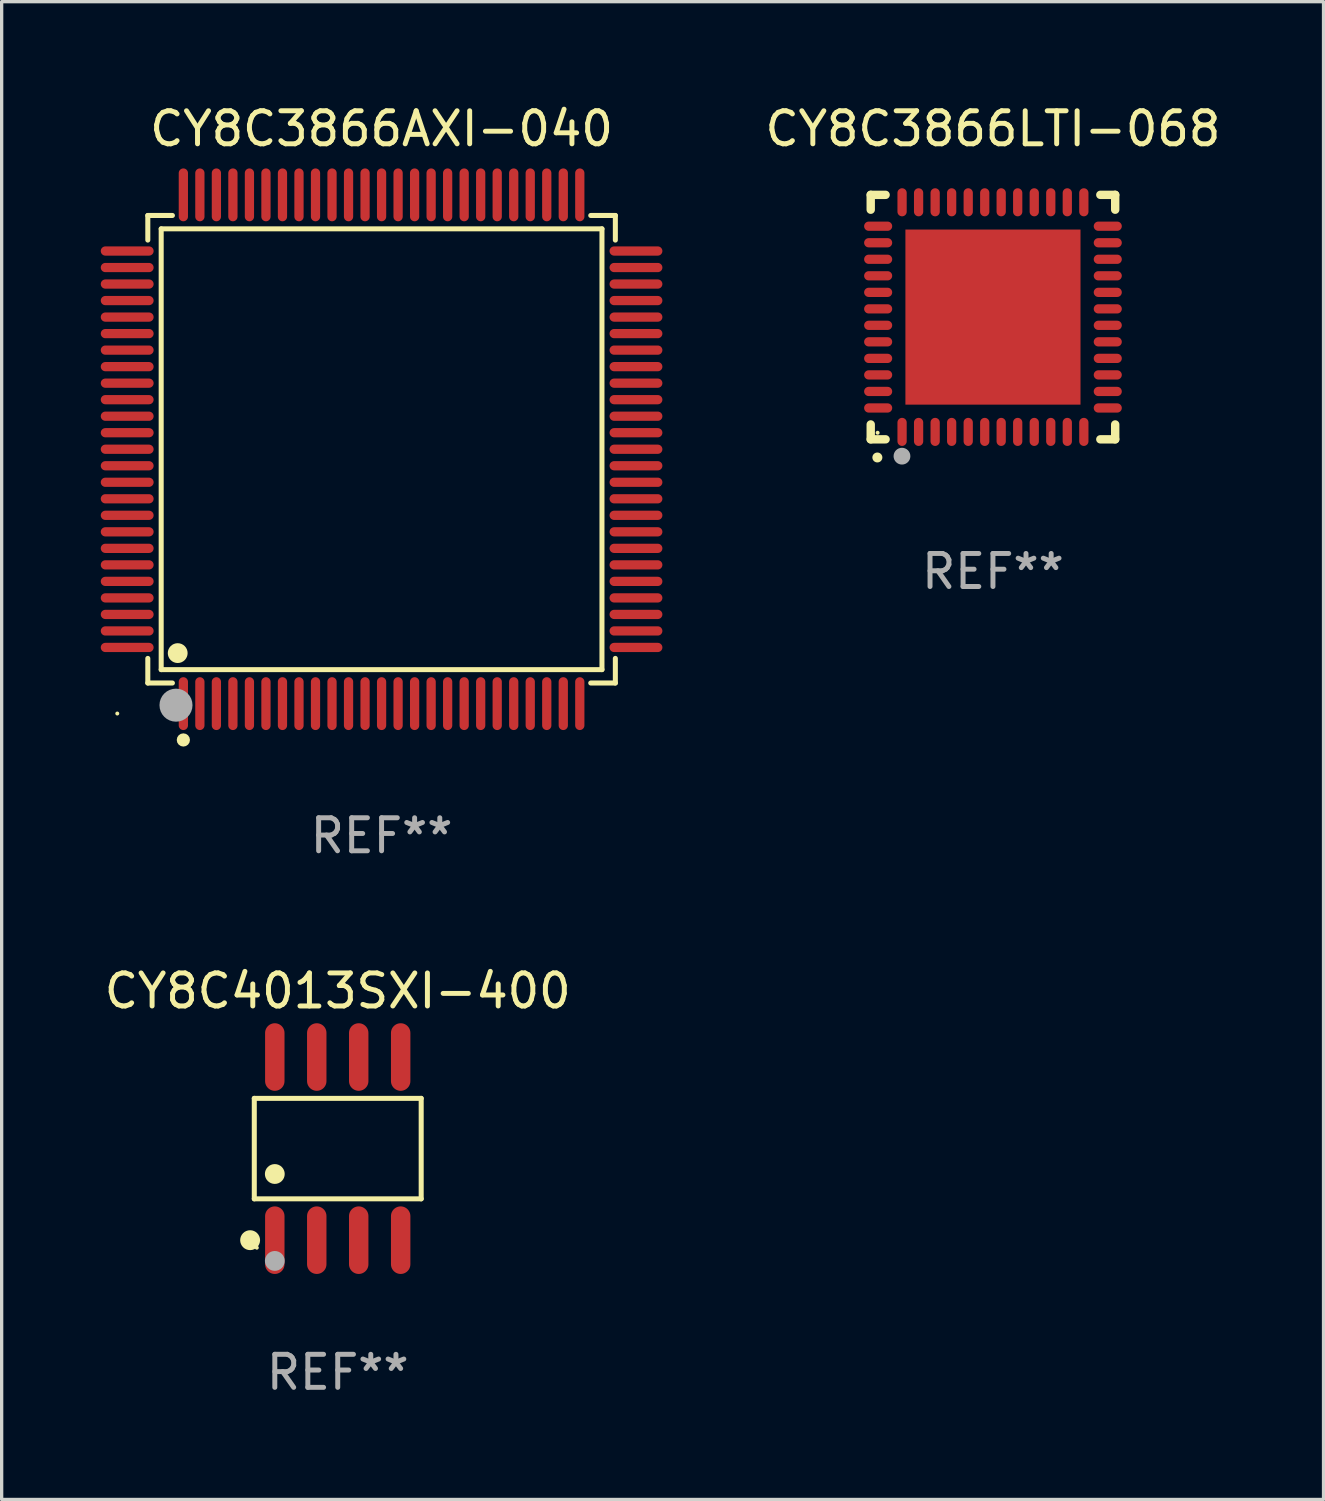
<source format=kicad_pcb>
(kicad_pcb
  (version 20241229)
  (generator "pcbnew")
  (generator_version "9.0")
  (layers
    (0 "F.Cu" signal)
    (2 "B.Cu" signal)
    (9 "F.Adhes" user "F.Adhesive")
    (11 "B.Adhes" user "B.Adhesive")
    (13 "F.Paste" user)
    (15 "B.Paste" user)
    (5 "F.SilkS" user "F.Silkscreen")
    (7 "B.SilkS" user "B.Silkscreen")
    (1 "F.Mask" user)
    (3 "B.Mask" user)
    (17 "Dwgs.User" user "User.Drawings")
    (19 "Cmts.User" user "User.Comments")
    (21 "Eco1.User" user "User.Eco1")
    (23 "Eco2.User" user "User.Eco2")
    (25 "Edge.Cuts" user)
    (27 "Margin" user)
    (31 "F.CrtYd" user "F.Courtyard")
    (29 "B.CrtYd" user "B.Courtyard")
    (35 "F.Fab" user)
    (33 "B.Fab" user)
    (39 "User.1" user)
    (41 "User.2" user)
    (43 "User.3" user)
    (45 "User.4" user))
  (footprint "CY8C4013SXI-400"
    (layer "F.Cu")
    (at 7.173 31.717)
    (property "Reference" "CY8C4013SXI-400" (at 0 -4.772 0) (layer "F.SilkS") (effects (font (size 1 1) (thickness 0.15))))
    (attr through_hole)
    (fp_line (start -2.526 -1.521) (end 2.526 -1.521) (stroke (width 0.152) (type solid)) (layer "F.SilkS"))
    (fp_line (start -2.526 1.521) (end -2.526 -1.521) (stroke (width 0.152) (type solid)) (layer "F.SilkS"))
    (fp_line (start 2.526 -1.521) (end 2.526 1.521) (stroke (width 0.152) (type solid)) (layer "F.SilkS"))
    (fp_line (start 2.526 1.521) (end -2.526 1.521) (stroke (width 0.152) (type solid)) (layer "F.SilkS"))
    (fp_circle (center -2.652 2.772) (end -2.501 2.772) (stroke (width 0.3) (type solid)) (fill no) (layer "F.SilkS"))
    (fp_circle (center -2.45 3) (end -2.42 3) (stroke (width 0.06) (type solid)) (fill no) (layer "F.SilkS"))
    (fp_circle (center -1.905 0.769) (end -1.755 0.769) (stroke (width 0.3) (type solid)) (fill no) (layer "F.SilkS"))
    (fp_circle (center -1.905 3.4) (end -1.755 3.4) (stroke (width 0.3) (type solid)) (fill no) (layer "F.Fab"))
    (fp_text user "REF**" (at 0 6.772 0) (layer "F.Fab") (effects (font (size 1 1) (thickness 0.15))))
    (pad "1" smd oval (at -1.905 2.772) (size 0.588 2.045) (layers "F.Cu" "F.Mask" "F.Paste"))
    (pad "2" smd oval (at -0.635 2.772) (size 0.588 2.045) (layers "F.Cu" "F.Mask" "F.Paste"))
    (pad "3" smd oval (at 0.635 2.772) (size 0.588 2.045) (layers "F.Cu" "F.Mask" "F.Paste"))
    (pad "4" smd oval (at 1.905 2.772) (size 0.588 2.045) (layers "F.Cu" "F.Mask" "F.Paste"))
    (pad "5" smd oval (at 1.905 -2.772) (size 0.588 2.045) (layers "F.Cu" "F.Mask" "F.Paste"))
    (pad "6" smd oval (at 0.635 -2.772) (size 0.588 2.045) (layers "F.Cu" "F.Mask" "F.Paste"))
    (pad "7" smd oval (at -0.635 -2.772) (size 0.588 2.045) (layers "F.Cu" "F.Mask" "F.Paste"))
    (pad "8" smd oval (at -1.905 -2.772) (size 0.588 2.045) (layers "F.Cu" "F.Mask" "F.Paste")))
  (footprint "CY8C3866AXI-040"
    (layer "F.Cu")
    (at 8.5 10.548)
    (property "Reference" "CY8C3866AXI-040" (at 0 -9.7 0) (layer "F.SilkS") (effects (font (size 1 1) (thickness 0.15))))
    (attr through_hole)
    (fp_line (start -7.076 -7.076) (end -6.331 -7.076) (stroke (width 0.152) (type solid)) (layer "F.SilkS"))
    (fp_line (start -7.076 -6.331) (end -7.076 -7.076) (stroke (width 0.152) (type solid)) (layer "F.SilkS"))
    (fp_line (start -7.076 6.331) (end -7.076 7.076) (stroke (width 0.152) (type solid)) (layer "F.SilkS"))
    (fp_line (start -7.076 7.076) (end -6.331 7.076) (stroke (width 0.152) (type solid)) (layer "F.SilkS"))
    (fp_line (start -6.671 -6.671) (end 6.671 -6.671) (stroke (width 0.152) (type solid)) (layer "F.SilkS"))
    (fp_line (start -6.671 6.671) (end -6.671 -6.671) (stroke (width 0.152) (type solid)) (layer "F.SilkS"))
    (fp_line (start 6.671 -6.671) (end 6.671 6.671) (stroke (width 0.152) (type solid)) (layer "F.SilkS"))
    (fp_line (start 6.671 6.671) (end -6.671 6.671) (stroke (width 0.152) (type solid)) (layer "F.SilkS"))
    (fp_line (start 7.076 -7.076) (end 6.331 -7.076) (stroke (width 0.152) (type solid)) (layer "F.SilkS"))
    (fp_line (start 7.076 -6.331) (end 7.076 -7.076) (stroke (width 0.152) (type solid)) (layer "F.SilkS"))
    (fp_line (start 7.076 6.331) (end 7.076 7.076) (stroke (width 0.152) (type solid)) (layer "F.SilkS"))
    (fp_line (start 7.076 7.076) (end 6.331 7.076) (stroke (width 0.152) (type solid)) (layer "F.SilkS"))
    (fp_circle (center -8 8) (end -7.97 8) (stroke (width 0.06) (type solid)) (fill no) (layer "F.SilkS"))
    (fp_circle (center -6.171 6.171) (end -6.021 6.171) (stroke (width 0.3) (type solid)) (fill no) (layer "F.SilkS"))
    (fp_circle (center -6 8.8) (end -5.9 8.8) (stroke (width 0.2) (type solid)) (fill no) (layer "F.SilkS"))
    (fp_circle (center -6.223 7.747) (end -5.973 7.747) (stroke (width 0.5) (type solid)) (fill no) (layer "F.Fab"))
    (fp_text user "REF**" (at 0 11.7 0) (layer "F.Fab") (effects (font (size 1 1) (thickness 0.15))))
    (pad "1" smd oval (at -6 7.7) (size 0.28 1.6) (layers "F.Cu" "F.Mask" "F.Paste"))
    (pad "2" smd oval (at -5.5 7.7) (size 0.28 1.6) (layers "F.Cu" "F.Mask" "F.Paste"))
    (pad "3" smd oval (at -5 7.7) (size 0.28 1.6) (layers "F.Cu" "F.Mask" "F.Paste"))
    (pad "4" smd oval (at -4.5 7.7) (size 0.28 1.6) (layers "F.Cu" "F.Mask" "F.Paste"))
    (pad "5" smd oval (at -4 7.7) (size 0.28 1.6) (layers "F.Cu" "F.Mask" "F.Paste"))
    (pad "6" smd oval (at -3.5 7.7) (size 0.28 1.6) (layers "F.Cu" "F.Mask" "F.Paste"))
    (pad "7" smd oval (at -3 7.7) (size 0.28 1.6) (layers "F.Cu" "F.Mask" "F.Paste"))
    (pad "8" smd oval (at -2.5 7.7) (size 0.28 1.6) (layers "F.Cu" "F.Mask" "F.Paste"))
    (pad "9" smd oval (at -2 7.7) (size 0.28 1.6) (layers "F.Cu" "F.Mask" "F.Paste"))
    (pad "10" smd oval (at -1.5 7.7) (size 0.28 1.6) (layers "F.Cu" "F.Mask" "F.Paste"))
    (pad "11" smd oval (at -1 7.7) (size 0.28 1.6) (layers "F.Cu" "F.Mask" "F.Paste"))
    (pad "12" smd oval (at -0.5 7.7) (size 0.28 1.6) (layers "F.Cu" "F.Mask" "F.Paste"))
    (pad "13" smd oval (at 0 7.7) (size 0.28 1.6) (layers "F.Cu" "F.Mask" "F.Paste"))
    (pad "14" smd oval (at 0.5 7.7) (size 0.28 1.6) (layers "F.Cu" "F.Mask" "F.Paste"))
    (pad "15" smd oval (at 1 7.7) (size 0.28 1.6) (layers "F.Cu" "F.Mask" "F.Paste"))
    (pad "16" smd oval (at 1.5 7.7) (size 0.28 1.6) (layers "F.Cu" "F.Mask" "F.Paste"))
    (pad "17" smd oval (at 2 7.7) (size 0.28 1.6) (layers "F.Cu" "F.Mask" "F.Paste"))
    (pad "18" smd oval (at 2.5 7.7) (size 0.28 1.6) (layers "F.Cu" "F.Mask" "F.Paste"))
    (pad "19" smd oval (at 3 7.7) (size 0.28 1.6) (layers "F.Cu" "F.Mask" "F.Paste"))
    (pad "20" smd oval (at 3.5 7.7) (size 0.28 1.6) (layers "F.Cu" "F.Mask" "F.Paste"))
    (pad "21" smd oval (at 4 7.7) (size 0.28 1.6) (layers "F.Cu" "F.Mask" "F.Paste"))
    (pad "22" smd oval (at 4.5 7.7) (size 0.28 1.6) (layers "F.Cu" "F.Mask" "F.Paste"))
    (pad "23" smd oval (at 5 7.7) (size 0.28 1.6) (layers "F.Cu" "F.Mask" "F.Paste"))
    (pad "24" smd oval (at 5.5 7.7) (size 0.28 1.6) (layers "F.Cu" "F.Mask" "F.Paste"))
    (pad "25" smd oval (at 6 7.7) (size 0.28 1.6) (layers "F.Cu" "F.Mask" "F.Paste"))
    (pad "26" smd oval (at 7.7 6) (size 1.6 0.28) (layers "F.Cu" "F.Mask" "F.Paste"))
    (pad "27" smd oval (at 7.7 5.5) (size 1.6 0.28) (layers "F.Cu" "F.Mask" "F.Paste"))
    (pad "28" smd oval (at 7.7 5) (size 1.6 0.28) (layers "F.Cu" "F.Mask" "F.Paste"))
    (pad "29" smd oval (at 7.7 4.5) (size 1.6 0.28) (layers "F.Cu" "F.Mask" "F.Paste"))
    (pad "30" smd oval (at 7.7 4) (size 1.6 0.28) (layers "F.Cu" "F.Mask" "F.Paste"))
    (pad "31" smd oval (at 7.7 3.5) (size 1.6 0.28) (layers "F.Cu" "F.Mask" "F.Paste"))
    (pad "32" smd oval (at 7.7 3) (size 1.6 0.28) (layers "F.Cu" "F.Mask" "F.Paste"))
    (pad "33" smd oval (at 7.7 2.5) (size 1.6 0.28) (layers "F.Cu" "F.Mask" "F.Paste"))
    (pad "34" smd oval (at 7.7 2) (size 1.6 0.28) (layers "F.Cu" "F.Mask" "F.Paste"))
    (pad "35" smd oval (at 7.7 1.5) (size 1.6 0.28) (layers "F.Cu" "F.Mask" "F.Paste"))
    (pad "36" smd oval (at 7.7 1) (size 1.6 0.28) (layers "F.Cu" "F.Mask" "F.Paste"))
    (pad "37" smd oval (at 7.7 0.5) (size 1.6 0.28) (layers "F.Cu" "F.Mask" "F.Paste"))
    (pad "38" smd oval (at 7.7 0) (size 1.6 0.28) (layers "F.Cu" "F.Mask" "F.Paste"))
    (pad "39" smd oval (at 7.7 -0.5) (size 1.6 0.28) (layers "F.Cu" "F.Mask" "F.Paste"))
    (pad "40" smd oval (at 7.7 -1) (size 1.6 0.28) (layers "F.Cu" "F.Mask" "F.Paste"))
    (pad "41" smd oval (at 7.7 -1.5) (size 1.6 0.28) (layers "F.Cu" "F.Mask" "F.Paste"))
    (pad "42" smd oval (at 7.7 -2) (size 1.6 0.28) (layers "F.Cu" "F.Mask" "F.Paste"))
    (pad "43" smd oval (at 7.7 -2.5) (size 1.6 0.28) (layers "F.Cu" "F.Mask" "F.Paste"))
    (pad "44" smd oval (at 7.7 -3) (size 1.6 0.28) (layers "F.Cu" "F.Mask" "F.Paste"))
    (pad "45" smd oval (at 7.7 -3.5) (size 1.6 0.28) (layers "F.Cu" "F.Mask" "F.Paste"))
    (pad "46" smd oval (at 7.7 -4) (size 1.6 0.28) (layers "F.Cu" "F.Mask" "F.Paste"))
    (pad "47" smd oval (at 7.7 -4.5) (size 1.6 0.28) (layers "F.Cu" "F.Mask" "F.Paste"))
    (pad "48" smd oval (at 7.7 -5) (size 1.6 0.28) (layers "F.Cu" "F.Mask" "F.Paste"))
    (pad "49" smd oval (at 7.7 -5.5) (size 1.6 0.28) (layers "F.Cu" "F.Mask" "F.Paste"))
    (pad "50" smd oval (at 7.7 -6) (size 1.6 0.28) (layers "F.Cu" "F.Mask" "F.Paste"))
    (pad "51" smd oval (at 6 -7.7) (size 0.28 1.6) (layers "F.Cu" "F.Mask" "F.Paste"))
    (pad "52" smd oval (at 5.5 -7.7) (size 0.28 1.6) (layers "F.Cu" "F.Mask" "F.Paste"))
    (pad "53" smd oval (at 5 -7.7) (size 0.28 1.6) (layers "F.Cu" "F.Mask" "F.Paste"))
    (pad "54" smd oval (at 4.5 -7.7) (size 0.28 1.6) (layers "F.Cu" "F.Mask" "F.Paste"))
    (pad "55" smd oval (at 4 -7.7) (size 0.28 1.6) (layers "F.Cu" "F.Mask" "F.Paste"))
    (pad "56" smd oval (at 3.5 -7.7) (size 0.28 1.6) (layers "F.Cu" "F.Mask" "F.Paste"))
    (pad "57" smd oval (at 3 -7.7) (size 0.28 1.6) (layers "F.Cu" "F.Mask" "F.Paste"))
    (pad "58" smd oval (at 2.5 -7.7) (size 0.28 1.6) (layers "F.Cu" "F.Mask" "F.Paste"))
    (pad "59" smd oval (at 2 -7.7) (size 0.28 1.6) (layers "F.Cu" "F.Mask" "F.Paste"))
    (pad "60" smd oval (at 1.5 -7.7) (size 0.28 1.6) (layers "F.Cu" "F.Mask" "F.Paste"))
    (pad "61" smd oval (at 1 -7.7) (size 0.28 1.6) (layers "F.Cu" "F.Mask" "F.Paste"))
    (pad "62" smd oval (at 0.5 -7.7) (size 0.28 1.6) (layers "F.Cu" "F.Mask" "F.Paste"))
    (pad "63" smd oval (at 0 -7.7) (size 0.28 1.6) (layers "F.Cu" "F.Mask" "F.Paste"))
    (pad "64" smd oval (at -0.5 -7.7) (size 0.28 1.6) (layers "F.Cu" "F.Mask" "F.Paste"))
    (pad "65" smd oval (at -1 -7.7) (size 0.28 1.6) (layers "F.Cu" "F.Mask" "F.Paste"))
    (pad "66" smd oval (at -1.5 -7.7) (size 0.28 1.6) (layers "F.Cu" "F.Mask" "F.Paste"))
    (pad "67" smd oval (at -2 -7.7) (size 0.28 1.6) (layers "F.Cu" "F.Mask" "F.Paste"))
    (pad "68" smd oval (at -2.5 -7.7) (size 0.28 1.6) (layers "F.Cu" "F.Mask" "F.Paste"))
    (pad "69" smd oval (at -3 -7.7) (size 0.28 1.6) (layers "F.Cu" "F.Mask" "F.Paste"))
    (pad "70" smd oval (at -3.5 -7.7) (size 0.28 1.6) (layers "F.Cu" "F.Mask" "F.Paste"))
    (pad "71" smd oval (at -4 -7.7) (size 0.28 1.6) (layers "F.Cu" "F.Mask" "F.Paste"))
    (pad "72" smd oval (at -4.5 -7.7) (size 0.28 1.6) (layers "F.Cu" "F.Mask" "F.Paste"))
    (pad "73" smd oval (at -5 -7.7) (size 0.28 1.6) (layers "F.Cu" "F.Mask" "F.Paste"))
    (pad "74" smd oval (at -5.5 -7.7) (size 0.28 1.6) (layers "F.Cu" "F.Mask" "F.Paste"))
    (pad "75" smd oval (at -6 -7.7) (size 0.28 1.6) (layers "F.Cu" "F.Mask" "F.Paste"))
    (pad "76" smd oval (at -7.7 -6) (size 1.6 0.28) (layers "F.Cu" "F.Mask" "F.Paste"))
    (pad "77" smd oval (at -7.7 -5.5) (size 1.6 0.28) (layers "F.Cu" "F.Mask" "F.Paste"))
    (pad "78" smd oval (at -7.7 -5) (size 1.6 0.28) (layers "F.Cu" "F.Mask" "F.Paste"))
    (pad "79" smd oval (at -7.7 -4.5) (size 1.6 0.28) (layers "F.Cu" "F.Mask" "F.Paste"))
    (pad "80" smd oval (at -7.7 -4) (size 1.6 0.28) (layers "F.Cu" "F.Mask" "F.Paste"))
    (pad "81" smd oval (at -7.7 -3.5) (size 1.6 0.28) (layers "F.Cu" "F.Mask" "F.Paste"))
    (pad "82" smd oval (at -7.7 -3) (size 1.6 0.28) (layers "F.Cu" "F.Mask" "F.Paste"))
    (pad "83" smd oval (at -7.7 -2.5) (size 1.6 0.28) (layers "F.Cu" "F.Mask" "F.Paste"))
    (pad "84" smd oval (at -7.7 -2) (size 1.6 0.28) (layers "F.Cu" "F.Mask" "F.Paste"))
    (pad "85" smd oval (at -7.7 -1.5) (size 1.6 0.28) (layers "F.Cu" "F.Mask" "F.Paste"))
    (pad "86" smd oval (at -7.7 -1) (size 1.6 0.28) (layers "F.Cu" "F.Mask" "F.Paste"))
    (pad "87" smd oval (at -7.7 -0.5) (size 1.6 0.28) (layers "F.Cu" "F.Mask" "F.Paste"))
    (pad "88" smd oval (at -7.7 0) (size 1.6 0.28) (layers "F.Cu" "F.Mask" "F.Paste"))
    (pad "89" smd oval (at -7.7 0.5) (size 1.6 0.28) (layers "F.Cu" "F.Mask" "F.Paste"))
    (pad "90" smd oval (at -7.7 1) (size 1.6 0.28) (layers "F.Cu" "F.Mask" "F.Paste"))
    (pad "91" smd oval (at -7.7 1.5) (size 1.6 0.28) (layers "F.Cu" "F.Mask" "F.Paste"))
    (pad "92" smd oval (at -7.7 2) (size 1.6 0.28) (layers "F.Cu" "F.Mask" "F.Paste"))
    (pad "93" smd oval (at -7.7 2.5) (size 1.6 0.28) (layers "F.Cu" "F.Mask" "F.Paste"))
    (pad "94" smd oval (at -7.7 3) (size 1.6 0.28) (layers "F.Cu" "F.Mask" "F.Paste"))
    (pad "95" smd oval (at -7.7 3.5) (size 1.6 0.28) (layers "F.Cu" "F.Mask" "F.Paste"))
    (pad "96" smd oval (at -7.7 4) (size 1.6 0.28) (layers "F.Cu" "F.Mask" "F.Paste"))
    (pad "97" smd oval (at -7.7 4.5) (size 1.6 0.28) (layers "F.Cu" "F.Mask" "F.Paste"))
    (pad "98" smd oval (at -7.7 5) (size 1.6 0.28) (layers "F.Cu" "F.Mask" "F.Paste"))
    (pad "99" smd oval (at -7.7 5.5) (size 1.6 0.28) (layers "F.Cu" "F.Mask" "F.Paste"))
    (pad "100" smd oval (at -7.7 6) (size 1.6 0.28) (layers "F.Cu" "F.Mask" "F.Paste")))
  (footprint "CY8C3866LTI-068"
    (layer "F.Cu")
    (at 27.006 6.548)
    (property "Reference" "CY8C3866LTI-068" (at 0 -5.7 0) (layer "F.SilkS") (effects (font (size 1 1) (thickness 0.15))))
    (attr through_hole)
    (fp_line (start -3.7 -3.7) (end -3.25 -3.7) (stroke (width 0.254) (type solid)) (layer "F.SilkS"))
    (fp_line (start -3.7 -3.25) (end -3.7 -3.7) (stroke (width 0.254) (type solid)) (layer "F.SilkS"))
    (fp_line (start -3.7 3.7) (end -3.7 3.25) (stroke (width 0.254) (type solid)) (layer "F.SilkS"))
    (fp_line (start -3.25 3.7) (end -3.7 3.7) (stroke (width 0.254) (type solid)) (layer "F.SilkS"))
    (fp_line (start 3.25 3.7) (end 3.7 3.7) (stroke (width 0.254) (type solid)) (layer "F.SilkS"))
    (fp_line (start 3.7 -3.7) (end 3.25 -3.7) (stroke (width 0.254) (type solid)) (layer "F.SilkS"))
    (fp_line (start 3.7 -3.25) (end 3.7 -3.7) (stroke (width 0.254) (type solid)) (layer "F.SilkS"))
    (fp_line (start 3.7 3.7) (end 3.7 3.25) (stroke (width 0.254) (type solid)) (layer "F.SilkS"))
    (fp_arc (start -3.500127 4.249428) (mid -3.498857 4.249423) (end -3.497587 4.249428) (stroke (width 0.3) (type solid)) (layer "F.SilkS"))
    (fp_circle (center -3.491 3.501) (end -3.461 3.501) (stroke (width 0.06) (type solid)) (fill no) (layer "F.SilkS"))
    (fp_circle (center -2.754 4.21) (end -2.627 4.21) (stroke (width 0.254) (type solid)) (fill no) (layer "F.Fab"))
    (fp_text user "REF**" (at 0 7.7 0) (layer "F.Fab") (effects (font (size 1 1) (thickness 0.15))))
    (pad "1" smd oval (at -2.751 3.475) (size 0.28 0.85) (layers "F.Cu" "F.Mask" "F.Paste"))
    (pad "2" smd oval (at -2.251 3.475) (size 0.28 0.85) (layers "F.Cu" "F.Mask" "F.Paste"))
    (pad "3" smd oval (at -1.75 3.475) (size 0.28 0.85) (layers "F.Cu" "F.Mask" "F.Paste"))
    (pad "4" smd oval (at -1.25 3.475) (size 0.28 0.85) (layers "F.Cu" "F.Mask" "F.Paste"))
    (pad "5" smd oval (at -0.749 3.475) (size 0.28 0.85) (layers "F.Cu" "F.Mask" "F.Paste"))
    (pad "6" smd oval (at -0.249 3.475) (size 0.28 0.85) (layers "F.Cu" "F.Mask" "F.Paste"))
    (pad "7" smd oval (at 0.249 3.475) (size 0.28 0.85) (layers "F.Cu" "F.Mask" "F.Paste"))
    (pad "8" smd oval (at 0.749 3.475) (size 0.28 0.85) (layers "F.Cu" "F.Mask" "F.Paste"))
    (pad "9" smd oval (at 1.25 3.475) (size 0.28 0.85) (layers "F.Cu" "F.Mask" "F.Paste"))
    (pad "10" smd oval (at 1.75 3.475) (size 0.28 0.85) (layers "F.Cu" "F.Mask" "F.Paste"))
    (pad "11" smd oval (at 2.25 3.475) (size 0.28 0.85) (layers "F.Cu" "F.Mask" "F.Paste"))
    (pad "12" smd oval (at 2.751 3.475) (size 0.28 0.85) (layers "F.Cu" "F.Mask" "F.Paste"))
    (pad "13" smd oval (at 3.475 2.751) (size 0.85 0.28) (layers "F.Cu" "F.Mask" "F.Paste"))
    (pad "14" smd oval (at 3.475 2.251) (size 0.85 0.28) (layers "F.Cu" "F.Mask" "F.Paste"))
    (pad "15" smd oval (at 3.475 1.75) (size 0.85 0.28) (layers "F.Cu" "F.Mask" "F.Paste"))
    (pad "16" smd oval (at 3.475 1.25) (size 0.85 0.28) (layers "F.Cu" "F.Mask" "F.Paste"))
    (pad "17" smd oval (at 3.475 0.749) (size 0.85 0.28) (layers "F.Cu" "F.Mask" "F.Paste"))
    (pad "18" smd oval (at 3.475 0.249) (size 0.85 0.28) (layers "F.Cu" "F.Mask" "F.Paste"))
    (pad "19" smd oval (at 3.475 -0.249) (size 0.85 0.28) (layers "F.Cu" "F.Mask" "F.Paste"))
    (pad "20" smd oval (at 3.475 -0.749) (size 0.85 0.28) (layers "F.Cu" "F.Mask" "F.Paste"))
    (pad "21" smd oval (at 3.475 -1.25) (size 0.85 0.28) (layers "F.Cu" "F.Mask" "F.Paste"))
    (pad "22" smd oval (at 3.475 -1.75) (size 0.85 0.28) (layers "F.Cu" "F.Mask" "F.Paste"))
    (pad "23" smd oval (at 3.475 -2.25) (size 0.85 0.28) (layers "F.Cu" "F.Mask" "F.Paste"))
    (pad "24" smd oval (at 3.475 -2.751) (size 0.85 0.28) (layers "F.Cu" "F.Mask" "F.Paste"))
    (pad "25" smd oval (at 2.751 -3.475) (size 0.28 0.85) (layers "F.Cu" "F.Mask" "F.Paste"))
    (pad "26" smd oval (at 2.25 -3.475) (size 0.28 0.85) (layers "F.Cu" "F.Mask" "F.Paste"))
    (pad "27" smd oval (at 1.75 -3.475) (size 0.28 0.85) (layers "F.Cu" "F.Mask" "F.Paste"))
    (pad "28" smd oval (at 1.25 -3.475) (size 0.28 0.85) (layers "F.Cu" "F.Mask" "F.Paste"))
    (pad "29" smd oval (at 0.749 -3.475) (size 0.28 0.85) (layers "F.Cu" "F.Mask" "F.Paste"))
    (pad "30" smd oval (at 0.249 -3.475) (size 0.28 0.85) (layers "F.Cu" "F.Mask" "F.Paste"))
    (pad "31" smd oval (at -0.249 -3.475) (size 0.28 0.85) (layers "F.Cu" "F.Mask" "F.Paste"))
    (pad "32" smd oval (at -0.749 -3.475) (size 0.28 0.85) (layers "F.Cu" "F.Mask" "F.Paste"))
    (pad "33" smd oval (at -1.25 -3.475) (size 0.28 0.85) (layers "F.Cu" "F.Mask" "F.Paste"))
    (pad "34" smd oval (at -1.75 -3.475) (size 0.28 0.85) (layers "F.Cu" "F.Mask" "F.Paste"))
    (pad "35" smd oval (at -2.251 -3.475) (size 0.28 0.85) (layers "F.Cu" "F.Mask" "F.Paste"))
    (pad "36" smd oval (at -2.751 -3.475) (size 0.28 0.85) (layers "F.Cu" "F.Mask" "F.Paste"))
    (pad "37" smd oval (at -3.475 -2.751) (size 0.85 0.28) (layers "F.Cu" "F.Mask" "F.Paste"))
    (pad "38" smd oval (at -3.475 -2.25) (size 0.85 0.28) (layers "F.Cu" "F.Mask" "F.Paste"))
    (pad "39" smd oval (at -3.475 -1.75) (size 0.85 0.28) (layers "F.Cu" "F.Mask" "F.Paste"))
    (pad "40" smd oval (at -3.475 -1.25) (size 0.85 0.28) (layers "F.Cu" "F.Mask" "F.Paste"))
    (pad "41" smd oval (at -3.475 -0.749) (size 0.85 0.28) (layers "F.Cu" "F.Mask" "F.Paste"))
    (pad "42" smd oval (at -3.475 -0.249) (size 0.85 0.28) (layers "F.Cu" "F.Mask" "F.Paste"))
    (pad "43" smd oval (at -3.475 0.249) (size 0.85 0.28) (layers "F.Cu" "F.Mask" "F.Paste"))
    (pad "44" smd oval (at -3.475 0.749) (size 0.85 0.28) (layers "F.Cu" "F.Mask" "F.Paste"))
    (pad "45" smd oval (at -3.475 1.25) (size 0.85 0.28) (layers "F.Cu" "F.Mask" "F.Paste"))
    (pad "46" smd oval (at -3.475 1.75) (size 0.85 0.28) (layers "F.Cu" "F.Mask" "F.Paste"))
    (pad "47" smd oval (at -3.475 2.251) (size 0.85 0.28) (layers "F.Cu" "F.Mask" "F.Paste"))
    (pad "48" smd oval (at -3.475 2.751) (size 0.85 0.28) (layers "F.Cu" "F.Mask" "F.Paste"))
    (pad "49" smd rect (at -0.000102 0.000102) (size 5.3 5.3) (layers "F.Cu" "F.Mask" "F.Paste")))
  (gr_rect
    (start -3 -3)
    (end 37.012 42.338)
    (stroke (width 0.1) (type default))
    (fill no)
    (layer "Edge.Cuts")))
</source>
